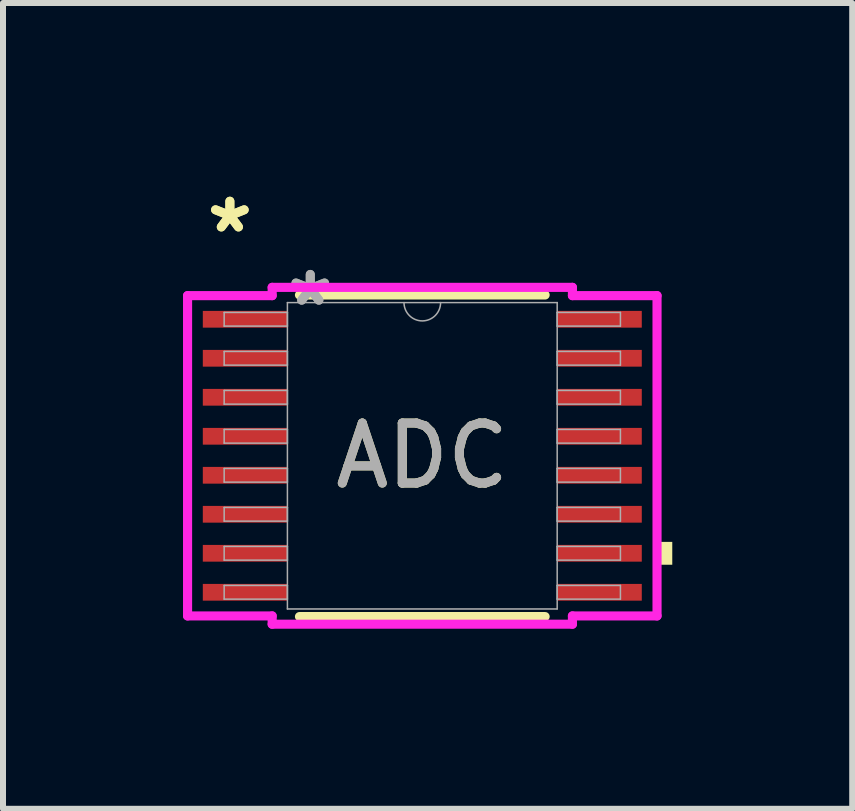
<source format=kicad_pcb>
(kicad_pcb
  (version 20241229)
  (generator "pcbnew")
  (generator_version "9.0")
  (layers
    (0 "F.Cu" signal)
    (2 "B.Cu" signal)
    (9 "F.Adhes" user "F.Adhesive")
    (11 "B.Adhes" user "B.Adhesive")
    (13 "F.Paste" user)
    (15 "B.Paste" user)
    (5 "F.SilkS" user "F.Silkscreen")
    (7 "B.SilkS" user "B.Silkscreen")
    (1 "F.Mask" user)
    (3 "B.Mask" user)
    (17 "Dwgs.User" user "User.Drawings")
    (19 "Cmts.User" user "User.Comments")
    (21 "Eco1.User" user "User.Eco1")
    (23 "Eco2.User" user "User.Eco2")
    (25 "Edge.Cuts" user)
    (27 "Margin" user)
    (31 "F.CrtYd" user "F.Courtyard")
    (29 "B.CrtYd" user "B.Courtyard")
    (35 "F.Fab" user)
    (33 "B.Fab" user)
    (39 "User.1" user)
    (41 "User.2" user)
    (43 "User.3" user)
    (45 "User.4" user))
  (footprint "ADC"
    (layer "F.Cu")
    (at 3.988 4.546)
    (property "Reference" "ADC" (at 0 0 0) (unlocked yes) (layer "F.SilkS") (effects (font (size 1 1) (thickness 0.15))))
    (attr smd)
    (fp_line (start -2.047 2.68) (end 2.047 2.68) (stroke (width 0.152) (type solid)) (layer "F.SilkS"))
    (fp_line (start 2.047 -2.68) (end -2.047 -2.68) (stroke (width 0.152) (type solid)) (layer "F.SilkS"))
    (fp_poly (pts (xy 4.166 1.435) (xy 4.166 1.816) (xy 3.912 1.816) (xy 3.912 1.435)) (stroke (width 0) (type solid)) (fill yes) (layer "F.SilkS"))
    (fp_line (start -3.912 -2.669) (end -2.502 -2.669) (stroke (width 0.152) (type solid)) (layer "F.CrtYd"))
    (fp_line (start -3.912 2.669) (end -3.912 -2.669) (stroke (width 0.152) (type solid)) (layer "F.CrtYd"))
    (fp_line (start -3.912 2.669) (end -2.502 2.669) (stroke (width 0.152) (type solid)) (layer "F.CrtYd"))
    (fp_line (start -2.502 -2.807) (end 2.502 -2.807) (stroke (width 0.152) (type solid)) (layer "F.CrtYd"))
    (fp_line (start -2.502 -2.669) (end -2.502 -2.807) (stroke (width 0.152) (type solid)) (layer "F.CrtYd"))
    (fp_line (start -2.502 2.807) (end -2.502 2.669) (stroke (width 0.152) (type solid)) (layer "F.CrtYd"))
    (fp_line (start 2.502 -2.807) (end 2.502 -2.669) (stroke (width 0.152) (type solid)) (layer "F.CrtYd"))
    (fp_line (start 2.502 2.669) (end 2.502 2.807) (stroke (width 0.152) (type solid)) (layer "F.CrtYd"))
    (fp_line (start 2.502 2.807) (end -2.502 2.807) (stroke (width 0.152) (type solid)) (layer "F.CrtYd"))
    (fp_line (start 3.912 -2.669) (end 2.502 -2.669) (stroke (width 0.152) (type solid)) (layer "F.CrtYd"))
    (fp_line (start 3.912 -2.669) (end 3.912 2.669) (stroke (width 0.152) (type solid)) (layer "F.CrtYd"))
    (fp_line (start 3.912 2.669) (end 2.502 2.669) (stroke (width 0.152) (type solid)) (layer "F.CrtYd"))
    (fp_line (start -3.302 -2.389) (end -3.302 -2.161) (stroke (width 0.025) (type solid)) (layer "F.Fab"))
    (fp_line (start -3.302 -2.161) (end -2.248 -2.161) (stroke (width 0.025) (type solid)) (layer "F.Fab"))
    (fp_line (start -3.302 -1.739) (end -3.302 -1.511) (stroke (width 0.025) (type solid)) (layer "F.Fab"))
    (fp_line (start -3.302 -1.511) (end -2.248 -1.511) (stroke (width 0.025) (type solid)) (layer "F.Fab"))
    (fp_line (start -3.302 -1.089) (end -3.302 -0.861) (stroke (width 0.025) (type solid)) (layer "F.Fab"))
    (fp_line (start -3.302 -0.861) (end -2.248 -0.861) (stroke (width 0.025) (type solid)) (layer "F.Fab"))
    (fp_line (start -3.302 -0.439) (end -3.302 -0.211) (stroke (width 0.025) (type solid)) (layer "F.Fab"))
    (fp_line (start -3.302 -0.211) (end -2.248 -0.211) (stroke (width 0.025) (type solid)) (layer "F.Fab"))
    (fp_line (start -3.302 0.211) (end -3.302 0.439) (stroke (width 0.025) (type solid)) (layer "F.Fab"))
    (fp_line (start -3.302 0.439) (end -2.248 0.439) (stroke (width 0.025) (type solid)) (layer "F.Fab"))
    (fp_line (start -3.302 0.861) (end -3.302 1.089) (stroke (width 0.025) (type solid)) (layer "F.Fab"))
    (fp_line (start -3.302 1.089) (end -2.248 1.089) (stroke (width 0.025) (type solid)) (layer "F.Fab"))
    (fp_line (start -3.302 1.511) (end -3.302 1.739) (stroke (width 0.025) (type solid)) (layer "F.Fab"))
    (fp_line (start -3.302 1.739) (end -2.248 1.739) (stroke (width 0.025) (type solid)) (layer "F.Fab"))
    (fp_line (start -3.302 2.161) (end -3.302 2.389) (stroke (width 0.025) (type solid)) (layer "F.Fab"))
    (fp_line (start -3.302 2.389) (end -2.248 2.389) (stroke (width 0.025) (type solid)) (layer "F.Fab"))
    (fp_line (start -2.248 -2.553) (end -2.248 2.553) (stroke (width 0.025) (type solid)) (layer "F.Fab"))
    (fp_line (start -2.248 -2.389) (end -3.302 -2.389) (stroke (width 0.025) (type solid)) (layer "F.Fab"))
    (fp_line (start -2.248 -2.161) (end -2.248 -2.389) (stroke (width 0.025) (type solid)) (layer "F.Fab"))
    (fp_line (start -2.248 -1.739) (end -3.302 -1.739) (stroke (width 0.025) (type solid)) (layer "F.Fab"))
    (fp_line (start -2.248 -1.511) (end -2.248 -1.739) (stroke (width 0.025) (type solid)) (layer "F.Fab"))
    (fp_line (start -2.248 -1.089) (end -3.302 -1.089) (stroke (width 0.025) (type solid)) (layer "F.Fab"))
    (fp_line (start -2.248 -0.861) (end -2.248 -1.089) (stroke (width 0.025) (type solid)) (layer "F.Fab"))
    (fp_line (start -2.248 -0.439) (end -3.302 -0.439) (stroke (width 0.025) (type solid)) (layer "F.Fab"))
    (fp_line (start -2.248 -0.211) (end -2.248 -0.439) (stroke (width 0.025) (type solid)) (layer "F.Fab"))
    (fp_line (start -2.248 0.211) (end -3.302 0.211) (stroke (width 0.025) (type solid)) (layer "F.Fab"))
    (fp_line (start -2.248 0.439) (end -2.248 0.211) (stroke (width 0.025) (type solid)) (layer "F.Fab"))
    (fp_line (start -2.248 0.861) (end -3.302 0.861) (stroke (width 0.025) (type solid)) (layer "F.Fab"))
    (fp_line (start -2.248 1.089) (end -2.248 0.861) (stroke (width 0.025) (type solid)) (layer "F.Fab"))
    (fp_line (start -2.248 1.511) (end -3.302 1.511) (stroke (width 0.025) (type solid)) (layer "F.Fab"))
    (fp_line (start -2.248 1.739) (end -2.248 1.511) (stroke (width 0.025) (type solid)) (layer "F.Fab"))
    (fp_line (start -2.248 2.161) (end -3.302 2.161) (stroke (width 0.025) (type solid)) (layer "F.Fab"))
    (fp_line (start -2.248 2.389) (end -2.248 2.161) (stroke (width 0.025) (type solid)) (layer "F.Fab"))
    (fp_line (start -2.248 2.553) (end 2.248 2.553) (stroke (width 0.025) (type solid)) (layer "F.Fab"))
    (fp_line (start 2.248 -2.553) (end -2.248 -2.553) (stroke (width 0.025) (type solid)) (layer "F.Fab"))
    (fp_line (start 2.248 -2.389) (end 2.248 -2.161) (stroke (width 0.025) (type solid)) (layer "F.Fab"))
    (fp_line (start 2.248 -2.161) (end 3.302 -2.161) (stroke (width 0.025) (type solid)) (layer "F.Fab"))
    (fp_line (start 2.248 -1.739) (end 2.248 -1.511) (stroke (width 0.025) (type solid)) (layer "F.Fab"))
    (fp_line (start 2.248 -1.511) (end 3.302 -1.511) (stroke (width 0.025) (type solid)) (layer "F.Fab"))
    (fp_line (start 2.248 -1.089) (end 2.248 -0.861) (stroke (width 0.025) (type solid)) (layer "F.Fab"))
    (fp_line (start 2.248 -0.861) (end 3.302 -0.861) (stroke (width 0.025) (type solid)) (layer "F.Fab"))
    (fp_line (start 2.248 -0.439) (end 2.248 -0.211) (stroke (width 0.025) (type solid)) (layer "F.Fab"))
    (fp_line (start 2.248 -0.211) (end 3.302 -0.211) (stroke (width 0.025) (type solid)) (layer "F.Fab"))
    (fp_line (start 2.248 0.211) (end 2.248 0.439) (stroke (width 0.025) (type solid)) (layer "F.Fab"))
    (fp_line (start 2.248 0.439) (end 3.302 0.439) (stroke (width 0.025) (type solid)) (layer "F.Fab"))
    (fp_line (start 2.248 0.861) (end 2.248 1.089) (stroke (width 0.025) (type solid)) (layer "F.Fab"))
    (fp_line (start 2.248 1.089) (end 3.302 1.089) (stroke (width 0.025) (type solid)) (layer "F.Fab"))
    (fp_line (start 2.248 1.511) (end 2.248 1.739) (stroke (width 0.025) (type solid)) (layer "F.Fab"))
    (fp_line (start 2.248 1.739) (end 3.302 1.739) (stroke (width 0.025) (type solid)) (layer "F.Fab"))
    (fp_line (start 2.248 2.161) (end 2.248 2.389) (stroke (width 0.025) (type solid)) (layer "F.Fab"))
    (fp_line (start 2.248 2.389) (end 3.302 2.389) (stroke (width 0.025) (type solid)) (layer "F.Fab"))
    (fp_line (start 2.248 2.553) (end 2.248 -2.553) (stroke (width 0.025) (type solid)) (layer "F.Fab"))
    (fp_line (start 3.302 -2.389) (end 2.248 -2.389) (stroke (width 0.025) (type solid)) (layer "F.Fab"))
    (fp_line (start 3.302 -2.161) (end 3.302 -2.389) (stroke (width 0.025) (type solid)) (layer "F.Fab"))
    (fp_line (start 3.302 -1.739) (end 2.248 -1.739) (stroke (width 0.025) (type solid)) (layer "F.Fab"))
    (fp_line (start 3.302 -1.511) (end 3.302 -1.739) (stroke (width 0.025) (type solid)) (layer "F.Fab"))
    (fp_line (start 3.302 -1.089) (end 2.248 -1.089) (stroke (width 0.025) (type solid)) (layer "F.Fab"))
    (fp_line (start 3.302 -0.861) (end 3.302 -1.089) (stroke (width 0.025) (type solid)) (layer "F.Fab"))
    (fp_line (start 3.302 -0.439) (end 2.248 -0.439) (stroke (width 0.025) (type solid)) (layer "F.Fab"))
    (fp_line (start 3.302 -0.211) (end 3.302 -0.439) (stroke (width 0.025) (type solid)) (layer "F.Fab"))
    (fp_line (start 3.302 0.211) (end 2.248 0.211) (stroke (width 0.025) (type solid)) (layer "F.Fab"))
    (fp_line (start 3.302 0.439) (end 3.302 0.211) (stroke (width 0.025) (type solid)) (layer "F.Fab"))
    (fp_line (start 3.302 0.861) (end 2.248 0.861) (stroke (width 0.025) (type solid)) (layer "F.Fab"))
    (fp_line (start 3.302 1.089) (end 3.302 0.861) (stroke (width 0.025) (type solid)) (layer "F.Fab"))
    (fp_line (start 3.302 1.511) (end 2.248 1.511) (stroke (width 0.025) (type solid)) (layer "F.Fab"))
    (fp_line (start 3.302 1.739) (end 3.302 1.511) (stroke (width 0.025) (type solid)) (layer "F.Fab"))
    (fp_line (start 3.302 2.161) (end 2.248 2.161) (stroke (width 0.025) (type solid)) (layer "F.Fab"))
    (fp_line (start 3.302 2.389) (end 3.302 2.161) (stroke (width 0.025) (type solid)) (layer "F.Fab"))
    (fp_arc (start 0.3048 -2.5527) (mid 0 -2.2479) (end -0.3048 -2.5527) (stroke (width 0.0254) (type solid)) (layer "F.Fab"))
    (fp_text user "*" (at -3.207 -3.697 0) (unlocked yes) (layer "F.SilkS") (effects (font (size 1 1) (thickness 0.15))))
    (fp_text user "*" (at -3.207 -3.697 0) (layer "F.SilkS") (effects (font (size 1 1) (thickness 0.15))))
    (fp_text user "*" (at -1.867 -2.477 0) (unlocked yes) (layer "F.Fab") (effects (font (size 1 1) (thickness 0.15))))
    (fp_text user "${REFERENCE}" (at 0 0 0) (unlocked yes) (layer "F.Fab") (effects (font (size 1 1) (thickness 0.15))))
    (fp_text user "*" (at -1.867 -2.477 0) (layer "F.Fab") (effects (font (size 1 1) (thickness 0.15))))
    (pad "1" smd rect (at -2.953 -2.275) (size 1.41 0.279) (layers "F.Cu" "F.Mask" "F.Paste"))
    (pad "2" smd rect (at -2.953 -1.625) (size 1.41 0.279) (layers "F.Cu" "F.Mask" "F.Paste"))
    (pad "3" smd rect (at -2.953 -0.975) (size 1.41 0.279) (layers "F.Cu" "F.Mask" "F.Paste"))
    (pad "4" smd rect (at -2.953 -0.325) (size 1.41 0.279) (layers "F.Cu" "F.Mask" "F.Paste"))
    (pad "5" smd rect (at -2.953 0.325) (size 1.41 0.279) (layers "F.Cu" "F.Mask" "F.Paste"))
    (pad "6" smd rect (at -2.953 0.975) (size 1.41 0.279) (layers "F.Cu" "F.Mask" "F.Paste"))
    (pad "7" smd rect (at -2.953 1.625) (size 1.41 0.279) (layers "F.Cu" "F.Mask" "F.Paste"))
    (pad "8" smd rect (at -2.953 2.275) (size 1.41 0.279) (layers "F.Cu" "F.Mask" "F.Paste"))
    (pad "9" smd rect (at 2.953 2.275) (size 1.41 0.279) (layers "F.Cu" "F.Mask" "F.Paste"))
    (pad "10" smd rect (at 2.953 1.625) (size 1.41 0.279) (layers "F.Cu" "F.Mask" "F.Paste"))
    (pad "11" smd rect (at 2.953 0.975) (size 1.41 0.279) (layers "F.Cu" "F.Mask" "F.Paste"))
    (pad "12" smd rect (at 2.953 0.325) (size 1.41 0.279) (layers "F.Cu" "F.Mask" "F.Paste"))
    (pad "13" smd rect (at 2.953 -0.325) (size 1.41 0.279) (layers "F.Cu" "F.Mask" "F.Paste"))
    (pad "14" smd rect (at 2.953 -0.975) (size 1.41 0.279) (layers "F.Cu" "F.Mask" "F.Paste"))
    (pad "15" smd rect (at 2.953 -1.625) (size 1.41 0.279) (layers "F.Cu" "F.Mask" "F.Paste"))
    (pad "16" smd rect (at 2.953 -2.275) (size 1.41 0.279) (layers "F.Cu" "F.Mask" "F.Paste")))
  (gr_rect
    (start -3 -3)
    (end 11.153 10.429)
    (stroke (width 0.1) (type default))
    (fill no)
    (layer "Edge.Cuts")))
</source>
